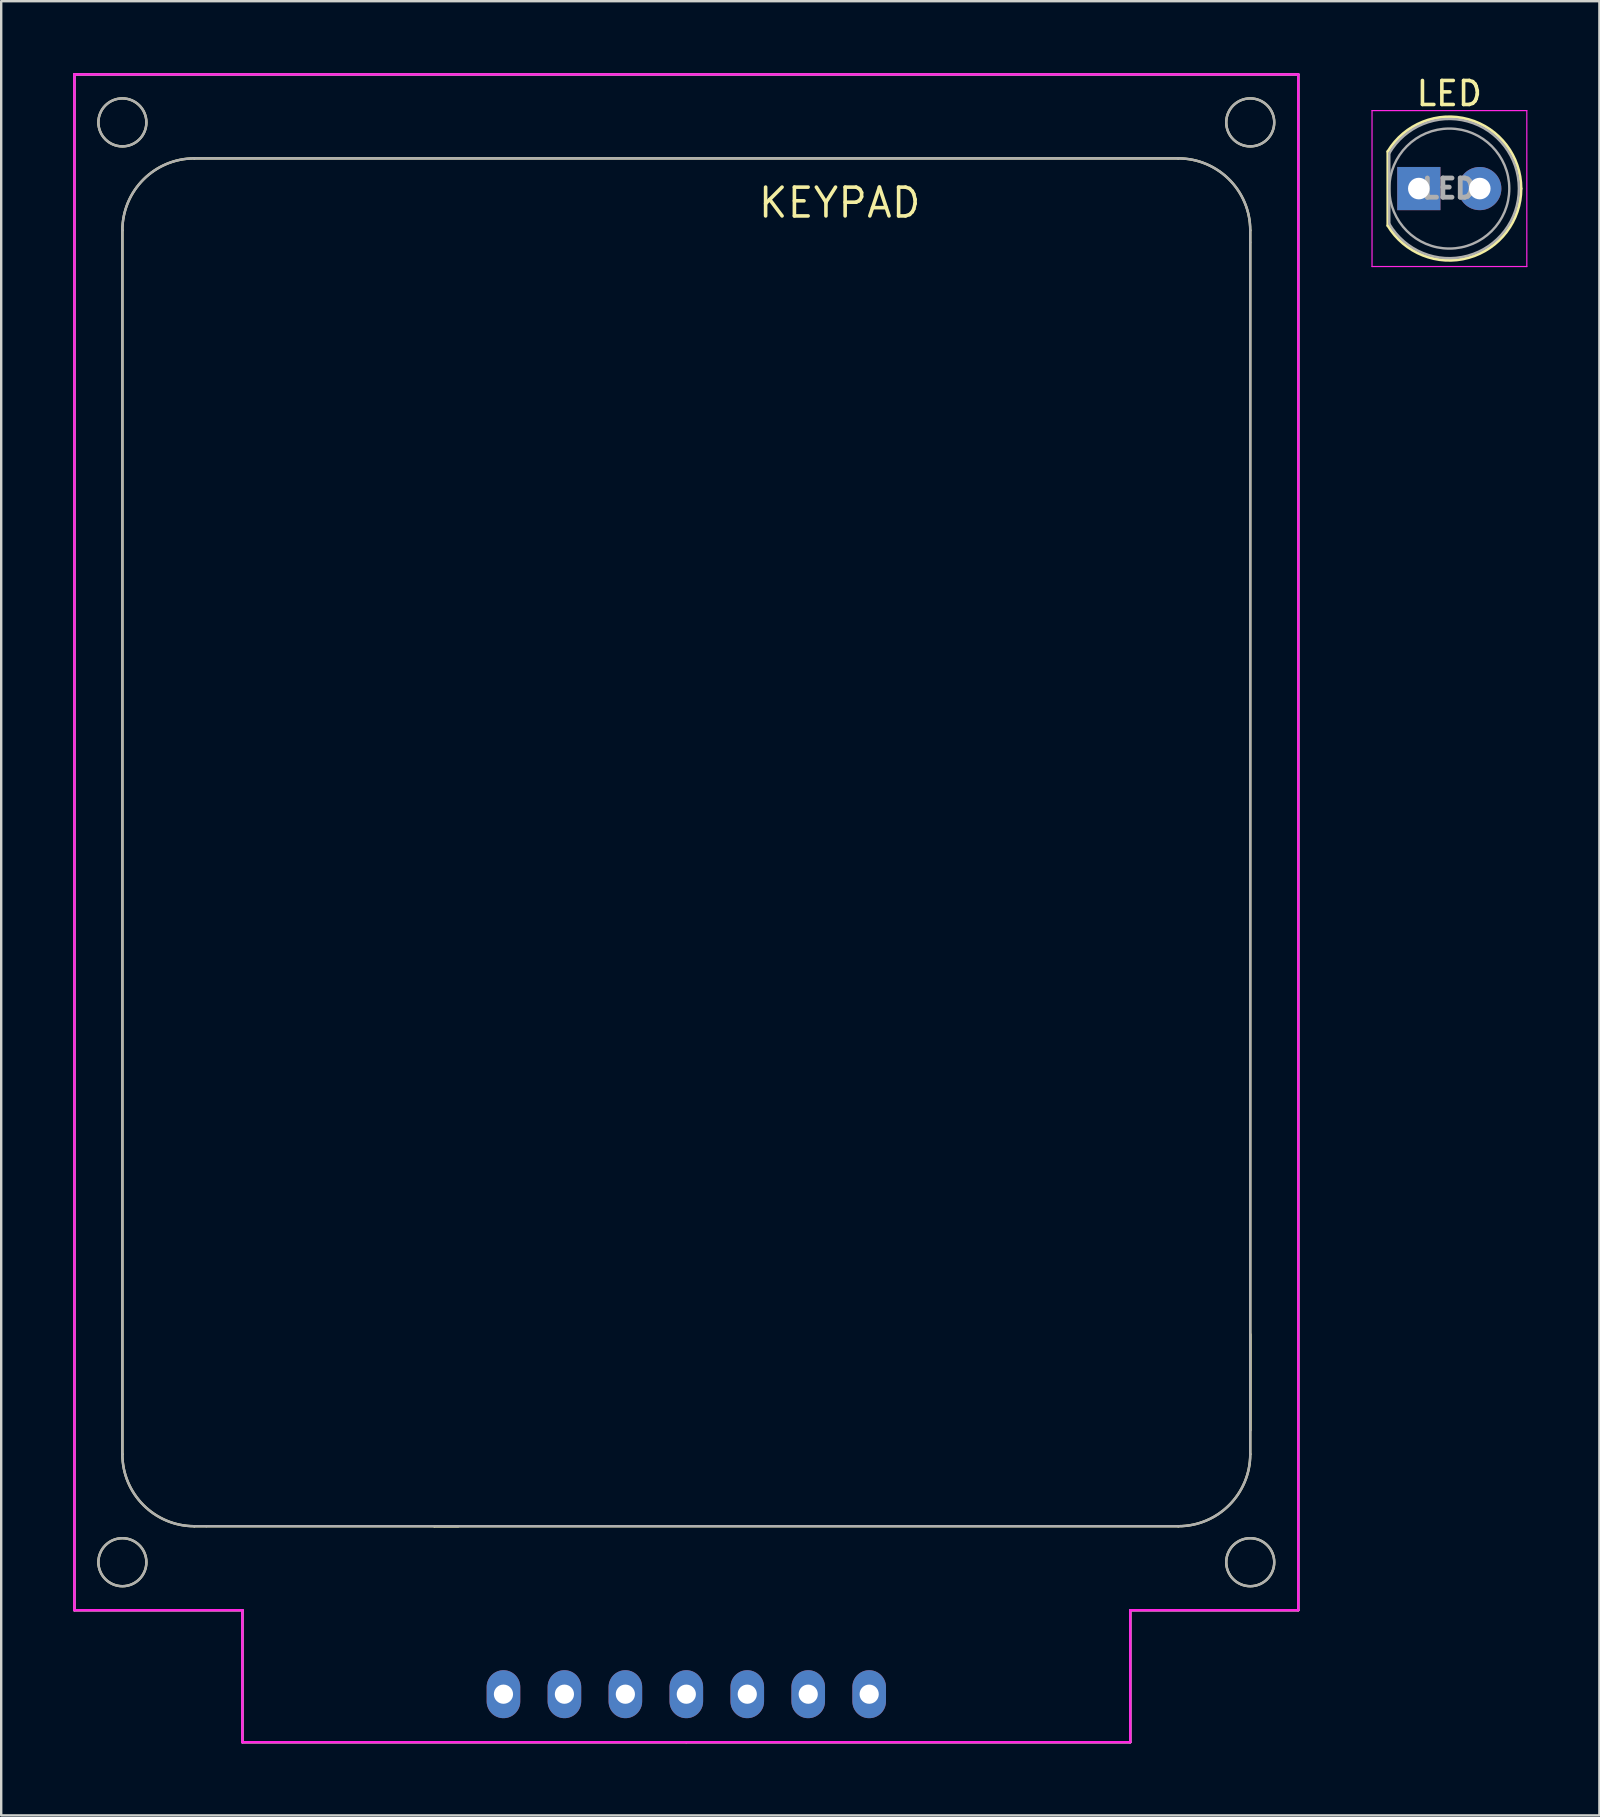
<source format=kicad_pcb>
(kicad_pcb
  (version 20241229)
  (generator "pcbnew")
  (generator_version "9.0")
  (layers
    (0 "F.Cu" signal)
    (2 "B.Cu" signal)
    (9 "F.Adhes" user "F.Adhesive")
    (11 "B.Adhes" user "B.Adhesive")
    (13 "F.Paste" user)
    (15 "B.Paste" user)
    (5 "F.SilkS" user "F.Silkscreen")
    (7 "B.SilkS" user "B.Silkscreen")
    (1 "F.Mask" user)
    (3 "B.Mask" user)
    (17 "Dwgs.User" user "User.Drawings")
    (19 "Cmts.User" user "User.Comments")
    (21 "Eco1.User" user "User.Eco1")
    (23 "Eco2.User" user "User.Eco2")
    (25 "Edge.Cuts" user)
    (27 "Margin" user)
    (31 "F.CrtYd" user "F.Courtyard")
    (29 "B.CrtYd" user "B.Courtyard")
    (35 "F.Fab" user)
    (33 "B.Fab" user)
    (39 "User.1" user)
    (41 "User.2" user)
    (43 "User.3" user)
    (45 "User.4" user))
  (footprint "LED"
    (layer "F.Cu")
    (at 56.075 4.808)
    (property "Reference" "LED" (at 1.27 -3.96 0) (layer "F.SilkS") (effects (font (size 1 1) (thickness 0.15))))
    (attr through_hole)
    (fp_line (start -1.29 -1.545) (end -1.29 1.545) (stroke (width 0.12) (type solid)) (layer "F.SilkS"))
    (fp_arc (start -1.29 -1.54483) (mid 2.072002 -2.880433) (end 4.26 0.000462) (stroke (width 0.12) (type solid)) (layer "F.SilkS"))
    (fp_arc (start 4.26 -0.000462) (mid 2.072002 2.880433) (end -1.29 1.54483) (stroke (width 0.12) (type solid)) (layer "F.SilkS"))
    (fp_line (start -1.95 -3.25) (end -1.95 3.25) (stroke (width 0.05) (type solid)) (layer "F.CrtYd"))
    (fp_line (start -1.95 3.25) (end 4.5 3.25) (stroke (width 0.05) (type solid)) (layer "F.CrtYd"))
    (fp_line (start 4.5 -3.25) (end -1.95 -3.25) (stroke (width 0.05) (type solid)) (layer "F.CrtYd"))
    (fp_line (start 4.5 3.25) (end 4.5 -3.25) (stroke (width 0.05) (type solid)) (layer "F.CrtYd"))
    (fp_line (start -1.23 -1.47) (end -1.23 1.47) (stroke (width 0.1) (type solid)) (layer "F.Fab"))
    (fp_arc (start -1.23 -1.469694) (mid 4.17 0.000016) (end -1.230016 1.469666) (stroke (width 0.1) (type solid)) (layer "F.Fab"))
    (fp_circle (center 1.27 0) (end 3.77 0) (stroke (width 0.1) (type solid)) (fill no) (layer "F.Fab"))
    (fp_text user "${REFERENCE}" (at 1.25 0 0) (layer "F.Fab") (effects (font (size 0.8 0.8) (thickness 0.2))))
    (pad "1" thru_hole rect (at 0 0) (size 1.8 1.8) (drill 0.9) (layers "*.Cu" "*.Mask"))
    (pad "2" thru_hole circle (at 2.54 0) (size 1.8 1.8) (drill 0.9) (layers "*.Cu" "*.Mask")))
  (footprint "KEYPAD"
    (layer "F.Cu")
    (at 25.55 67.55)
    (property "Reference" "KEYPAD" (at 6.39 -62.15 0) (layer "F.SilkS") (effects (font (size 1.2 1.2) (thickness 0.15))))
    (attr through_hole)
    (fp_line (start -25.5 -67.5) (end -25.5 -3.5) (stroke (width 0.1) (type solid)) (layer "F.SilkS"))
    (fp_line (start -25.5 -3.5) (end -18.5 -3.5) (stroke (width 0.1) (type solid)) (layer "F.SilkS"))
    (fp_line (start -23.5 -10) (end -23.5 -61) (stroke (width 0.1) (type solid)) (layer "F.SilkS"))
    (fp_line (start -20.5 -64) (end 20.5 -64) (stroke (width 0.1) (type solid)) (layer "F.SilkS"))
    (fp_line (start -18.5 2) (end -18.5 -3.5) (stroke (width 0.1) (type solid)) (layer "F.SilkS"))
    (fp_line (start -10.5 -7) (end -20.5 -7) (stroke (width 0.1) (type solid)) (layer "F.SilkS"))
    (fp_line (start -10.5 -7) (end -9.5 -7) (stroke (width 0.1) (type solid)) (layer "F.SilkS"))
    (fp_line (start 0 2) (end -18.5 2) (stroke (width 0.1) (type solid)) (layer "F.SilkS"))
    (fp_line (start 0 2) (end 18.5 2) (stroke (width 0.1) (type solid)) (layer "F.SilkS"))
    (fp_line (start 18.5 -3.5) (end 25.5 -3.5) (stroke (width 0.1) (type solid)) (layer "F.SilkS"))
    (fp_line (start 18.5 2) (end 18.5 -3.5) (stroke (width 0.1) (type solid)) (layer "F.SilkS"))
    (fp_line (start 20.5 -7) (end -10.5 -7) (stroke (width 0.1) (type solid)) (layer "F.SilkS"))
    (fp_line (start 23.5 -61) (end 23.5 -11) (stroke (width 0.1) (type solid)) (layer "F.SilkS"))
    (fp_line (start 23.5 -10) (end 23.5 -15) (stroke (width 0.1) (type solid)) (layer "F.SilkS"))
    (fp_line (start 25.5 -67.5) (end -25.5 -67.5) (stroke (width 0.1) (type solid)) (layer "F.SilkS"))
    (fp_line (start 25.5 -3.5) (end 25.5 -67.5) (stroke (width 0.1) (type solid)) (layer "F.SilkS"))
    (fp_arc (start -23.5 -61) (mid -22.62132 -63.12132) (end -20.5 -64) (stroke (width 0.1) (type solid)) (layer "F.SilkS"))
    (fp_arc (start -20.5 -7) (mid -22.62132 -7.87868) (end -23.5 -10) (stroke (width 0.1) (type solid)) (layer "F.SilkS"))
    (fp_arc (start 20.5 -64) (mid 22.62132 -63.12132) (end 23.5 -61) (stroke (width 0.1) (type solid)) (layer "F.SilkS"))
    (fp_arc (start 23.5 -10) (mid 22.62132 -7.87868) (end 20.5 -7) (stroke (width 0.1) (type solid)) (layer "F.SilkS"))
    (fp_circle (center -23.5 -65.5) (end -22.5 -65.5) (stroke (width 0.1) (type solid)) (fill no) (layer "F.SilkS"))
    (fp_circle (center -23.5 -5.5) (end -24.5 -5.5) (stroke (width 0.1) (type solid)) (fill no) (layer "F.SilkS"))
    (fp_circle (center 23.5 -65.5) (end 24.5 -65.5) (stroke (width 0.1) (type solid)) (fill no) (layer "F.SilkS"))
    (fp_circle (center 23.5 -5.5) (end 24.5 -5.5) (stroke (width 0.1) (type solid)) (fill no) (layer "F.SilkS"))
    (fp_line (start -25.5 -67.5) (end -25.5 -3.5) (stroke (width 0.1) (type solid)) (layer "F.CrtYd"))
    (fp_line (start -25.5 -3.5) (end -18.5 -3.5) (stroke (width 0.1) (type solid)) (layer "F.CrtYd"))
    (fp_line (start -18.5 -3.5) (end -18.5 2) (stroke (width 0.1) (type solid)) (layer "F.CrtYd"))
    (fp_line (start -18.5 2) (end 18.5 2) (stroke (width 0.1) (type solid)) (layer "F.CrtYd"))
    (fp_line (start 18.5 -3.5) (end 25.5 -3.5) (stroke (width 0.1) (type solid)) (layer "F.CrtYd"))
    (fp_line (start 18.5 2) (end 18.5 -3.5) (stroke (width 0.1) (type solid)) (layer "F.CrtYd"))
    (fp_line (start 25.5 -67.5) (end -25.5 -67.5) (stroke (width 0.1) (type solid)) (layer "F.CrtYd"))
    (fp_line (start 25.5 -3.5) (end 25.5 -67.5) (stroke (width 0.1) (type solid)) (layer "F.CrtYd"))
    (fp_line (start -25.5 -67.5) (end -25.5 -3.5) (stroke (width 0.1) (type solid)) (layer "F.Fab"))
    (fp_line (start -25.5 -3.5) (end -18.5 -3.5) (stroke (width 0.1) (type solid)) (layer "F.Fab"))
    (fp_line (start -23.5 -10) (end -23.5 -61) (stroke (width 0.1) (type solid)) (layer "F.Fab"))
    (fp_line (start -20.5 -64) (end 20.5 -64) (stroke (width 0.1) (type solid)) (layer "F.Fab"))
    (fp_line (start -20 -7) (end -20.5 -7) (stroke (width 0.1) (type solid)) (layer "F.Fab"))
    (fp_line (start -18.5 -3.5) (end -18.5 2) (stroke (width 0.1) (type solid)) (layer "F.Fab"))
    (fp_line (start -18.5 2) (end 18.5 2) (stroke (width 0.1) (type solid)) (layer "F.Fab"))
    (fp_line (start 18.5 -3.5) (end 25.5 -3.5) (stroke (width 0.1) (type solid)) (layer "F.Fab"))
    (fp_line (start 18.5 2) (end 18.5 -3.5) (stroke (width 0.1) (type solid)) (layer "F.Fab"))
    (fp_line (start 20.5 -7) (end -20 -7) (stroke (width 0.1) (type solid)) (layer "F.Fab"))
    (fp_line (start 23.5 -61) (end 23.5 -60.5) (stroke (width 0.1) (type solid)) (layer "F.Fab"))
    (fp_line (start 23.5 -60.5) (end 23.5 -11) (stroke (width 0.1) (type solid)) (layer "F.Fab"))
    (fp_line (start 23.5 -11) (end 23.5 -10) (stroke (width 0.1) (type solid)) (layer "F.Fab"))
    (fp_line (start 25.5 -67.5) (end -25.5 -67.5) (stroke (width 0.1) (type solid)) (layer "F.Fab"))
    (fp_line (start 25.5 -3.5) (end 25.5 -67.5) (stroke (width 0.1) (type solid)) (layer "F.Fab"))
    (fp_arc (start -23.5 -61) (mid -22.62132 -63.12132) (end -20.5 -64) (stroke (width 0.1) (type solid)) (layer "F.Fab"))
    (fp_arc (start -20.5 -7) (mid -22.62132 -7.87868) (end -23.5 -10) (stroke (width 0.1) (type solid)) (layer "F.Fab"))
    (fp_arc (start 20.5 -64) (mid 22.62132 -63.12132) (end 23.5 -61) (stroke (width 0.1) (type solid)) (layer "F.Fab"))
    (fp_arc (start 23.5 -10) (mid 22.62132 -7.87868) (end 20.5 -7) (stroke (width 0.1) (type solid)) (layer "F.Fab"))
    (fp_circle (center -23.5 -65.5) (end -22.5 -65.5) (stroke (width 0.1) (type solid)) (fill no) (layer "F.Fab"))
    (fp_circle (center -23.5 -5.5) (end -22.5 -5.5) (stroke (width 0.1) (type solid)) (fill no) (layer "F.Fab"))
    (fp_circle (center 23.5 -65.5) (end 24.5 -65.5) (stroke (width 0.1) (type solid)) (fill no) (layer "F.Fab"))
    (fp_circle (center 23.5 -5.5) (end 24.5 -5.5) (stroke (width 0.1) (type solid)) (fill no) (layer "F.Fab"))
    (pad "1" thru_hole oval (at -7.62 0) (size 1.4 2) (drill 0.8) (layers "*.Cu" "*.Mask"))
    (pad "2" thru_hole oval (at -5.08 0) (size 1.4 2) (drill 0.8) (layers "*.Cu" "*.Mask"))
    (pad "3" thru_hole oval (at -2.54 0) (size 1.4 2) (drill 0.8) (layers "*.Cu" "*.Mask"))
    (pad "4" thru_hole oval (at 0 0) (size 1.4 2) (drill 0.8) (layers "*.Cu" "*.Mask"))
    (pad "5" thru_hole oval (at 2.54 0) (size 1.4 2) (drill 0.8) (layers "*.Cu" "*.Mask"))
    (pad "6" thru_hole oval (at 5.08 0) (size 1.4 2) (drill 0.8) (layers "*.Cu" "*.Mask"))
    (pad "7" thru_hole oval (at 7.62 0) (size 1.4 2) (drill 0.8) (layers "*.Cu" "*.Mask")))
  (gr_rect
    (start -3 -3)
    (end 63.6 72.6)
    (stroke (width 0.1) (type default))
    (fill no)
    (layer "Edge.Cuts")))
</source>
